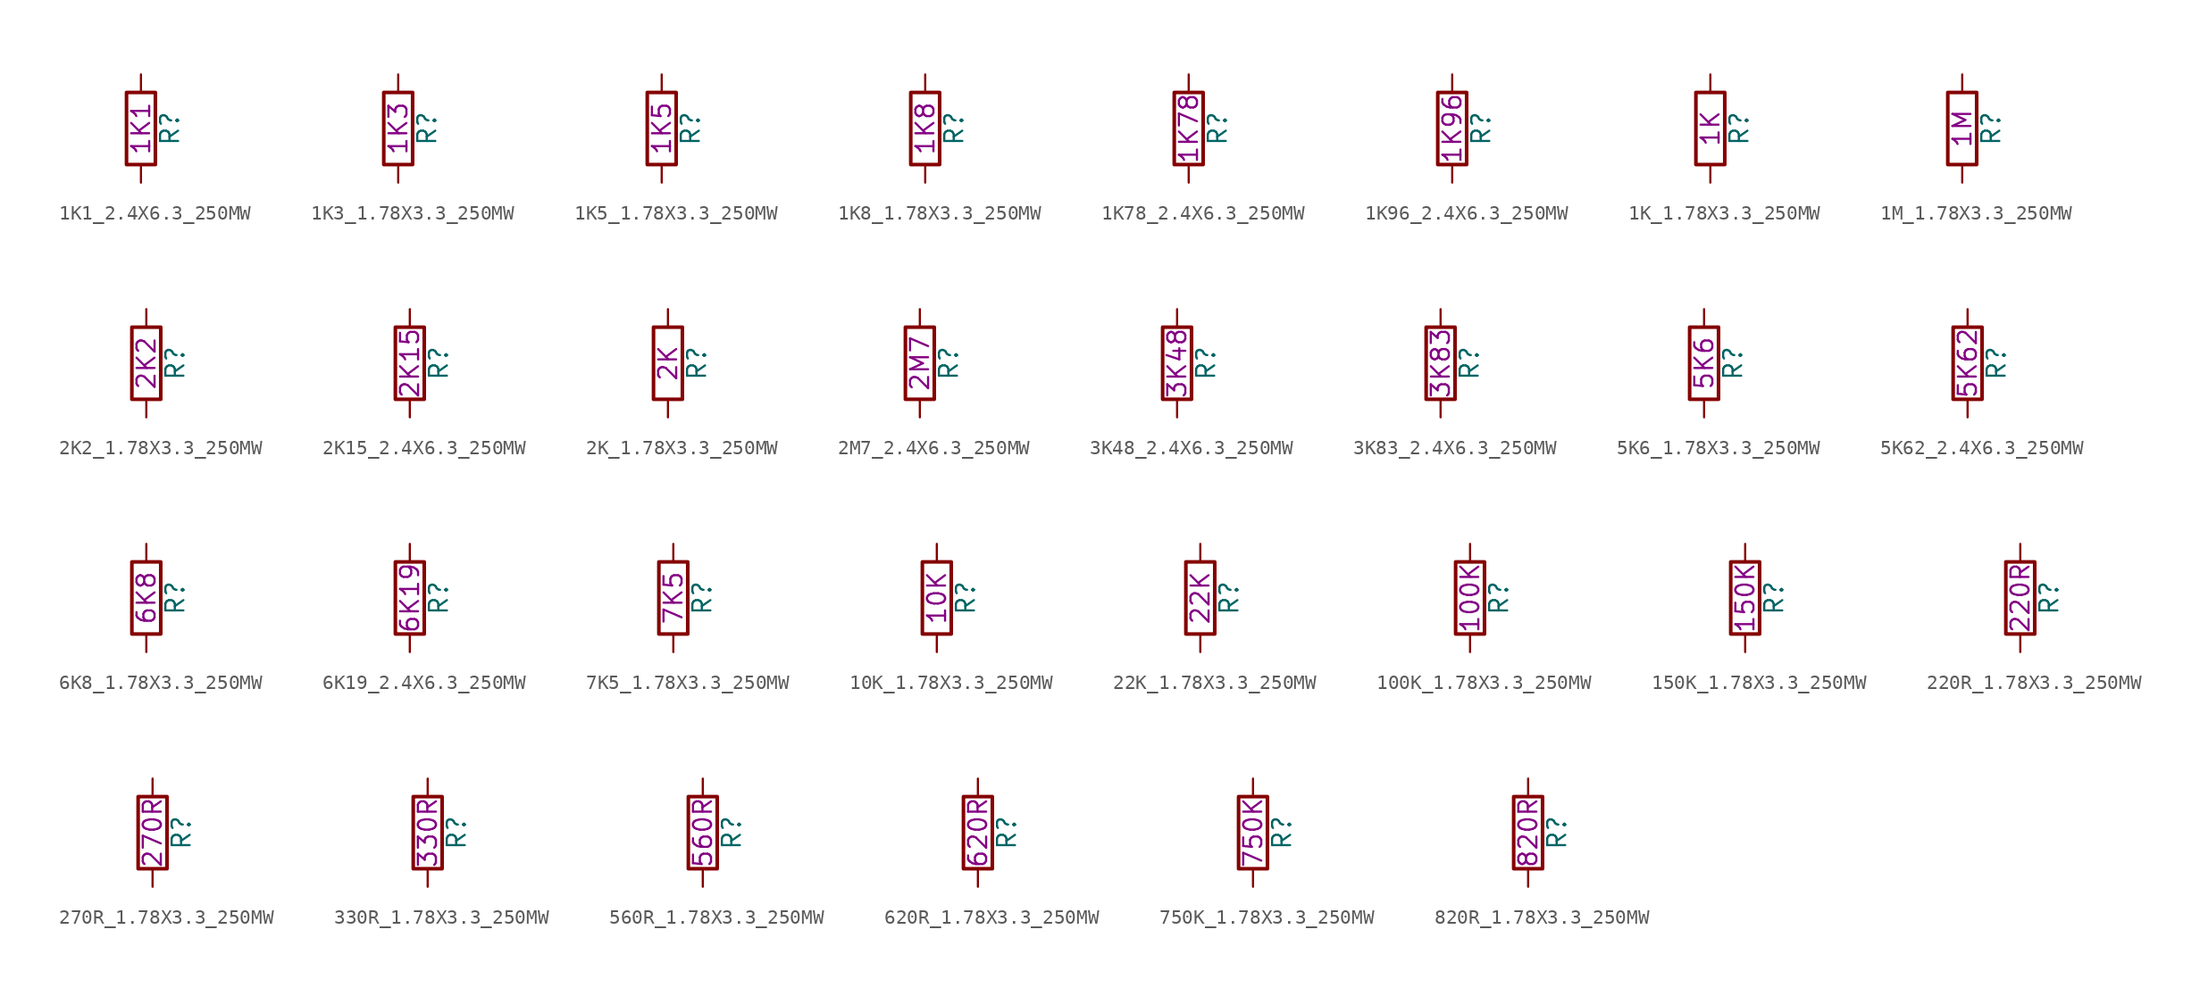
<source format=kicad_sym>
(kicad_symbol_lib
  (version 20211014)
  (generator kicad_symbol_editor)
  (symbol "1K1_2.4X6.3_250MW"
    (pin_numbers hide)
    (pin_names
      (offset 0))
    (property "Reference" "R"
      (at 2.032 0 90)
      (effects (font (size 1.27 1.27))))
    (property "Resistance" "1K1"
      (at 0 0 90)
      (effects (font (size 1.27 1.27))))
    (symbol "1K1_2.4X6.3_250MW_0_1"
      (rectangle (start -1.016 -2.54) (end 1.016 2.54) (stroke (width 0.254) (type default) (color 0 0 0 0)) (fill (type none))))
    (symbol "1K1_2.4X6.3_250MW_1_1"
      (pin passive line (at 0 3.81 270) (length 1.27) (name "~" (effects (font (size 1.27 1.27)))) (number "1" (effects (font (size 1.27 1.27)))))
      (pin passive line (at 0 -3.81 90) (length 1.27) (name "~" (effects (font (size 1.27 1.27)))) (number "2" (effects (font (size 1.27 1.27)))))))
  (symbol "1K3_1.78X3.3_250MW"
    (pin_numbers hide)
    (pin_names
      (offset 0))
    (property "Reference" "R"
      (at 2.032 0 90)
      (effects (font (size 1.27 1.27))))
    (property "Resistance" "1K3"
      (at 0 0 90)
      (effects (font (size 1.27 1.27))))
    (symbol "1K3_1.78X3.3_250MW_0_1"
      (rectangle (start -1.016 -2.54) (end 1.016 2.54) (stroke (width 0.254) (type default) (color 0 0 0 0)) (fill (type none))))
    (symbol "1K3_1.78X3.3_250MW_1_1"
      (pin passive line (at 0 3.81 270) (length 1.27) (name "~" (effects (font (size 1.27 1.27)))) (number "1" (effects (font (size 1.27 1.27)))))
      (pin passive line (at 0 -3.81 90) (length 1.27) (name "~" (effects (font (size 1.27 1.27)))) (number "2" (effects (font (size 1.27 1.27)))))))
  (symbol "1K5_1.78X3.3_250MW"
    (pin_numbers hide)
    (pin_names
      (offset 0))
    (property "Reference" "R"
      (at 2.032 0 90)
      (effects (font (size 1.27 1.27))))
    (property "Resistance" "1K5"
      (at 0 0 90)
      (effects (font (size 1.27 1.27))))
    (symbol "1K5_1.78X3.3_250MW_0_1"
      (rectangle (start -1.016 -2.54) (end 1.016 2.54) (stroke (width 0.254) (type default) (color 0 0 0 0)) (fill (type none))))
    (symbol "1K5_1.78X3.3_250MW_1_1"
      (pin passive line (at 0 3.81 270) (length 1.27) (name "~" (effects (font (size 1.27 1.27)))) (number "1" (effects (font (size 1.27 1.27)))))
      (pin passive line (at 0 -3.81 90) (length 1.27) (name "~" (effects (font (size 1.27 1.27)))) (number "2" (effects (font (size 1.27 1.27)))))))
  (symbol "1K8_1.78X3.3_250MW"
    (pin_numbers hide)
    (pin_names
      (offset 0))
    (property "Reference" "R"
      (at 2.032 0 90)
      (effects (font (size 1.27 1.27))))
    (property "Resistance" "1K8"
      (at 0 0 90)
      (effects (font (size 1.27 1.27))))
    (symbol "1K8_1.78X3.3_250MW_0_1"
      (rectangle (start -1.016 -2.54) (end 1.016 2.54) (stroke (width 0.254) (type default) (color 0 0 0 0)) (fill (type none))))
    (symbol "1K8_1.78X3.3_250MW_1_1"
      (pin passive line (at 0 3.81 270) (length 1.27) (name "~" (effects (font (size 1.27 1.27)))) (number "1" (effects (font (size 1.27 1.27)))))
      (pin passive line (at 0 -3.81 90) (length 1.27) (name "~" (effects (font (size 1.27 1.27)))) (number "2" (effects (font (size 1.27 1.27)))))))
  (symbol "1K78_2.4X6.3_250MW"
    (pin_numbers hide)
    (pin_names
      (offset 0))
    (property "Reference" "R"
      (at 2.032 0 90)
      (effects (font (size 1.27 1.27))))
    (property "Resistance" "1K78"
      (at 0 0 90)
      (effects (font (size 1.27 1.27))))
    (symbol "1K78_2.4X6.3_250MW_0_1"
      (rectangle (start -1.016 -2.54) (end 1.016 2.54) (stroke (width 0.254) (type default) (color 0 0 0 0)) (fill (type none))))
    (symbol "1K78_2.4X6.3_250MW_1_1"
      (pin passive line (at 0 3.81 270) (length 1.27) (name "~" (effects (font (size 1.27 1.27)))) (number "1" (effects (font (size 1.27 1.27)))))
      (pin passive line (at 0 -3.81 90) (length 1.27) (name "~" (effects (font (size 1.27 1.27)))) (number "2" (effects (font (size 1.27 1.27)))))))
  (symbol "1K96_2.4X6.3_250MW"
    (pin_numbers hide)
    (pin_names
      (offset 0))
    (property "Reference" "R"
      (at 2.032 0 90)
      (effects (font (size 1.27 1.27))))
    (property "Resistance" "1K96"
      (at 0 0 90)
      (effects (font (size 1.27 1.27))))
    (symbol "1K96_2.4X6.3_250MW_0_1"
      (rectangle (start -1.016 -2.54) (end 1.016 2.54) (stroke (width 0.254) (type default) (color 0 0 0 0)) (fill (type none))))
    (symbol "1K96_2.4X6.3_250MW_1_1"
      (pin passive line (at 0 3.81 270) (length 1.27) (name "~" (effects (font (size 1.27 1.27)))) (number "1" (effects (font (size 1.27 1.27)))))
      (pin passive line (at 0 -3.81 90) (length 1.27) (name "~" (effects (font (size 1.27 1.27)))) (number "2" (effects (font (size 1.27 1.27)))))))
  (symbol "1K_1.78X3.3_250MW"
    (pin_numbers hide)
    (pin_names
      (offset 0))
    (property "Reference" "R"
      (at 2.032 0 90)
      (effects (font (size 1.27 1.27))))
    (property "Resistance" "1K"
      (at 0 0 90)
      (effects (font (size 1.27 1.27))))
    (symbol "1K_1.78X3.3_250MW_0_1"
      (rectangle (start -1.016 -2.54) (end 1.016 2.54) (stroke (width 0.254) (type default) (color 0 0 0 0)) (fill (type none))))
    (symbol "1K_1.78X3.3_250MW_1_1"
      (pin passive line (at 0 3.81 270) (length 1.27) (name "~" (effects (font (size 1.27 1.27)))) (number "1" (effects (font (size 1.27 1.27)))))
      (pin passive line (at 0 -3.81 90) (length 1.27) (name "~" (effects (font (size 1.27 1.27)))) (number "2" (effects (font (size 1.27 1.27)))))))
  (symbol "1M_1.78X3.3_250MW"
    (pin_numbers hide)
    (pin_names
      (offset 0))
    (property "Reference" "R"
      (at 2.032 0 90)
      (effects (font (size 1.27 1.27))))
    (property "Resistance" "1M"
      (at 0 0 90)
      (effects (font (size 1.27 1.27))))
    (symbol "1M_1.78X3.3_250MW_0_1"
      (rectangle (start -1.016 -2.54) (end 1.016 2.54) (stroke (width 0.254) (type default) (color 0 0 0 0)) (fill (type none))))
    (symbol "1M_1.78X3.3_250MW_1_1"
      (pin passive line (at 0 3.81 270) (length 1.27) (name "~" (effects (font (size 1.27 1.27)))) (number "1" (effects (font (size 1.27 1.27)))))
      (pin passive line (at 0 -3.81 90) (length 1.27) (name "~" (effects (font (size 1.27 1.27)))) (number "2" (effects (font (size 1.27 1.27)))))))
  (symbol "2K2_1.78X3.3_250MW"
    (pin_numbers hide)
    (pin_names
      (offset 0))
    (property "Reference" "R"
      (at 2.032 0 90)
      (effects (font (size 1.27 1.27))))
    (property "Resistance" "2K2"
      (at 0 0 90)
      (effects (font (size 1.27 1.27))))
    (symbol "2K2_1.78X3.3_250MW_0_1"
      (rectangle (start -1.016 -2.54) (end 1.016 2.54) (stroke (width 0.254) (type default) (color 0 0 0 0)) (fill (type none))))
    (symbol "2K2_1.78X3.3_250MW_1_1"
      (pin passive line (at 0 3.81 270) (length 1.27) (name "~" (effects (font (size 1.27 1.27)))) (number "1" (effects (font (size 1.27 1.27)))))
      (pin passive line (at 0 -3.81 90) (length 1.27) (name "~" (effects (font (size 1.27 1.27)))) (number "2" (effects (font (size 1.27 1.27)))))))
  (symbol "2K15_2.4X6.3_250MW"
    (pin_numbers hide)
    (pin_names
      (offset 0))
    (property "Reference" "R"
      (at 2.032 0 90)
      (effects (font (size 1.27 1.27))))
    (property "Resistance" "2K15"
      (at 0 0 90)
      (effects (font (size 1.27 1.27))))
    (symbol "2K15_2.4X6.3_250MW_0_1"
      (rectangle (start -1.016 -2.54) (end 1.016 2.54) (stroke (width 0.254) (type default) (color 0 0 0 0)) (fill (type none))))
    (symbol "2K15_2.4X6.3_250MW_1_1"
      (pin passive line (at 0 3.81 270) (length 1.27) (name "~" (effects (font (size 1.27 1.27)))) (number "1" (effects (font (size 1.27 1.27)))))
      (pin passive line (at 0 -3.81 90) (length 1.27) (name "~" (effects (font (size 1.27 1.27)))) (number "2" (effects (font (size 1.27 1.27)))))))
  (symbol "2K_1.78X3.3_250MW"
    (pin_numbers hide)
    (pin_names
      (offset 0))
    (property "Reference" "R"
      (at 2.032 0 90)
      (effects (font (size 1.27 1.27))))
    (property "Resistance" "2K"
      (at 0 0 90)
      (effects (font (size 1.27 1.27))))
    (symbol "2K_1.78X3.3_250MW_0_1"
      (rectangle (start -1.016 -2.54) (end 1.016 2.54) (stroke (width 0.254) (type default) (color 0 0 0 0)) (fill (type none))))
    (symbol "2K_1.78X3.3_250MW_1_1"
      (pin passive line (at 0 3.81 270) (length 1.27) (name "~" (effects (font (size 1.27 1.27)))) (number "1" (effects (font (size 1.27 1.27)))))
      (pin passive line (at 0 -3.81 90) (length 1.27) (name "~" (effects (font (size 1.27 1.27)))) (number "2" (effects (font (size 1.27 1.27)))))))
  (symbol "2M7_2.4X6.3_250MW"
    (pin_numbers hide)
    (pin_names
      (offset 0))
    (property "Reference" "R"
      (at 2.032 0 90)
      (effects (font (size 1.27 1.27))))
    (property "Resistance" "2M7"
      (at 0 0 90)
      (effects (font (size 1.27 1.27))))
    (symbol "2M7_2.4X6.3_250MW_0_1"
      (rectangle (start -1.016 -2.54) (end 1.016 2.54) (stroke (width 0.254) (type default) (color 0 0 0 0)) (fill (type none))))
    (symbol "2M7_2.4X6.3_250MW_1_1"
      (pin passive line (at 0 3.81 270) (length 1.27) (name "~" (effects (font (size 1.27 1.27)))) (number "1" (effects (font (size 1.27 1.27)))))
      (pin passive line (at 0 -3.81 90) (length 1.27) (name "~" (effects (font (size 1.27 1.27)))) (number "2" (effects (font (size 1.27 1.27)))))))
  (symbol "3K48_2.4X6.3_250MW"
    (pin_numbers hide)
    (pin_names
      (offset 0))
    (property "Reference" "R"
      (at 2.032 0 90)
      (effects (font (size 1.27 1.27))))
    (property "Resistance" "3K48"
      (at 0 0 90)
      (effects (font (size 1.27 1.27))))
    (symbol "3K48_2.4X6.3_250MW_0_1"
      (rectangle (start -1.016 -2.54) (end 1.016 2.54) (stroke (width 0.254) (type default) (color 0 0 0 0)) (fill (type none))))
    (symbol "3K48_2.4X6.3_250MW_1_1"
      (pin passive line (at 0 3.81 270) (length 1.27) (name "~" (effects (font (size 1.27 1.27)))) (number "1" (effects (font (size 1.27 1.27)))))
      (pin passive line (at 0 -3.81 90) (length 1.27) (name "~" (effects (font (size 1.27 1.27)))) (number "2" (effects (font (size 1.27 1.27)))))))
  (symbol "3K83_2.4X6.3_250MW"
    (pin_numbers hide)
    (pin_names
      (offset 0))
    (property "Reference" "R"
      (at 2.032 0 90)
      (effects (font (size 1.27 1.27))))
    (property "Resistance" "3K83"
      (at 0 0 90)
      (effects (font (size 1.27 1.27))))
    (symbol "3K83_2.4X6.3_250MW_0_1"
      (rectangle (start -1.016 -2.54) (end 1.016 2.54) (stroke (width 0.254) (type default) (color 0 0 0 0)) (fill (type none))))
    (symbol "3K83_2.4X6.3_250MW_1_1"
      (pin passive line (at 0 3.81 270) (length 1.27) (name "~" (effects (font (size 1.27 1.27)))) (number "1" (effects (font (size 1.27 1.27)))))
      (pin passive line (at 0 -3.81 90) (length 1.27) (name "~" (effects (font (size 1.27 1.27)))) (number "2" (effects (font (size 1.27 1.27)))))))
  (symbol "5K6_1.78X3.3_250MW"
    (pin_numbers hide)
    (pin_names
      (offset 0))
    (property "Reference" "R"
      (at 2.032 0 90)
      (effects (font (size 1.27 1.27))))
    (property "Resistance" "5K6"
      (at 0 0 90)
      (effects (font (size 1.27 1.27))))
    (symbol "5K6_1.78X3.3_250MW_0_1"
      (rectangle (start -1.016 -2.54) (end 1.016 2.54) (stroke (width 0.254) (type default) (color 0 0 0 0)) (fill (type none))))
    (symbol "5K6_1.78X3.3_250MW_1_1"
      (pin passive line (at 0 3.81 270) (length 1.27) (name "~" (effects (font (size 1.27 1.27)))) (number "1" (effects (font (size 1.27 1.27)))))
      (pin passive line (at 0 -3.81 90) (length 1.27) (name "~" (effects (font (size 1.27 1.27)))) (number "2" (effects (font (size 1.27 1.27)))))))
  (symbol "5K62_2.4X6.3_250MW"
    (pin_numbers hide)
    (pin_names
      (offset 0))
    (property "Reference" "R"
      (at 2.032 0 90)
      (effects (font (size 1.27 1.27))))
    (property "Resistance" "5K62"
      (at 0 0 90)
      (effects (font (size 1.27 1.27))))
    (symbol "5K62_2.4X6.3_250MW_0_1"
      (rectangle (start -1.016 -2.54) (end 1.016 2.54) (stroke (width 0.254) (type default) (color 0 0 0 0)) (fill (type none))))
    (symbol "5K62_2.4X6.3_250MW_1_1"
      (pin passive line (at 0 3.81 270) (length 1.27) (name "~" (effects (font (size 1.27 1.27)))) (number "1" (effects (font (size 1.27 1.27)))))
      (pin passive line (at 0 -3.81 90) (length 1.27) (name "~" (effects (font (size 1.27 1.27)))) (number "2" (effects (font (size 1.27 1.27)))))))
  (symbol "6K8_1.78X3.3_250MW"
    (pin_numbers hide)
    (pin_names
      (offset 0))
    (property "Reference" "R"
      (at 2.032 0 90)
      (effects (font (size 1.27 1.27))))
    (property "Resistance" "6K8"
      (at 0 0 90)
      (effects (font (size 1.27 1.27))))
    (symbol "6K8_1.78X3.3_250MW_0_1"
      (rectangle (start -1.016 -2.54) (end 1.016 2.54) (stroke (width 0.254) (type default) (color 0 0 0 0)) (fill (type none))))
    (symbol "6K8_1.78X3.3_250MW_1_1"
      (pin passive line (at 0 3.81 270) (length 1.27) (name "~" (effects (font (size 1.27 1.27)))) (number "1" (effects (font (size 1.27 1.27)))))
      (pin passive line (at 0 -3.81 90) (length 1.27) (name "~" (effects (font (size 1.27 1.27)))) (number "2" (effects (font (size 1.27 1.27)))))))
  (symbol "6K19_2.4X6.3_250MW"
    (pin_numbers hide)
    (pin_names
      (offset 0))
    (property "Reference" "R"
      (at 2.032 0 90)
      (effects (font (size 1.27 1.27))))
    (property "Resistance" "6K19"
      (at 0 0 90)
      (effects (font (size 1.27 1.27))))
    (symbol "6K19_2.4X6.3_250MW_0_1"
      (rectangle (start -1.016 -2.54) (end 1.016 2.54) (stroke (width 0.254) (type default) (color 0 0 0 0)) (fill (type none))))
    (symbol "6K19_2.4X6.3_250MW_1_1"
      (pin passive line (at 0 3.81 270) (length 1.27) (name "~" (effects (font (size 1.27 1.27)))) (number "1" (effects (font (size 1.27 1.27)))))
      (pin passive line (at 0 -3.81 90) (length 1.27) (name "~" (effects (font (size 1.27 1.27)))) (number "2" (effects (font (size 1.27 1.27)))))))
  (symbol "7K5_1.78X3.3_250MW"
    (pin_numbers hide)
    (pin_names
      (offset 0))
    (property "Reference" "R"
      (at 2.032 0 90)
      (effects (font (size 1.27 1.27))))
    (property "Resistance" "7K5"
      (at 0 0 90)
      (effects (font (size 1.27 1.27))))
    (symbol "7K5_1.78X3.3_250MW_0_1"
      (rectangle (start -1.016 -2.54) (end 1.016 2.54) (stroke (width 0.254) (type default) (color 0 0 0 0)) (fill (type none))))
    (symbol "7K5_1.78X3.3_250MW_1_1"
      (pin passive line (at 0 3.81 270) (length 1.27) (name "~" (effects (font (size 1.27 1.27)))) (number "1" (effects (font (size 1.27 1.27)))))
      (pin passive line (at 0 -3.81 90) (length 1.27) (name "~" (effects (font (size 1.27 1.27)))) (number "2" (effects (font (size 1.27 1.27)))))))
  (symbol "10K_1.78X3.3_250MW"
    (pin_numbers hide)
    (pin_names
      (offset 0))
    (property "Reference" "R"
      (at 2.032 0 90)
      (effects (font (size 1.27 1.27))))
    (property "Resistance" "10K"
      (at 0 0 90)
      (effects (font (size 1.27 1.27))))
    (symbol "10K_1.78X3.3_250MW_0_1"
      (rectangle (start -1.016 -2.54) (end 1.016 2.54) (stroke (width 0.254) (type default) (color 0 0 0 0)) (fill (type none))))
    (symbol "10K_1.78X3.3_250MW_1_1"
      (pin passive line (at 0 3.81 270) (length 1.27) (name "~" (effects (font (size 1.27 1.27)))) (number "1" (effects (font (size 1.27 1.27)))))
      (pin passive line (at 0 -3.81 90) (length 1.27) (name "~" (effects (font (size 1.27 1.27)))) (number "2" (effects (font (size 1.27 1.27)))))))
  (symbol "22K_1.78X3.3_250MW"
    (pin_numbers hide)
    (pin_names
      (offset 0))
    (property "Reference" "R"
      (at 2.032 0 90)
      (effects (font (size 1.27 1.27))))
    (property "Resistance" "22K"
      (at 0 0 90)
      (effects (font (size 1.27 1.27))))
    (symbol "22K_1.78X3.3_250MW_0_1"
      (rectangle (start -1.016 -2.54) (end 1.016 2.54) (stroke (width 0.254) (type default) (color 0 0 0 0)) (fill (type none))))
    (symbol "22K_1.78X3.3_250MW_1_1"
      (pin passive line (at 0 3.81 270) (length 1.27) (name "~" (effects (font (size 1.27 1.27)))) (number "1" (effects (font (size 1.27 1.27)))))
      (pin passive line (at 0 -3.81 90) (length 1.27) (name "~" (effects (font (size 1.27 1.27)))) (number "2" (effects (font (size 1.27 1.27)))))))
  (symbol "100K_1.78X3.3_250MW"
    (pin_numbers hide)
    (pin_names
      (offset 0))
    (property "Reference" "R"
      (at 2.032 0 90)
      (effects (font (size 1.27 1.27))))
    (property "Resistance" "100K"
      (at 0 0 90)
      (effects (font (size 1.27 1.27))))
    (symbol "100K_1.78X3.3_250MW_0_1"
      (rectangle (start -1.016 -2.54) (end 1.016 2.54) (stroke (width 0.254) (type default) (color 0 0 0 0)) (fill (type none))))
    (symbol "100K_1.78X3.3_250MW_1_1"
      (pin passive line (at 0 3.81 270) (length 1.27) (name "~" (effects (font (size 1.27 1.27)))) (number "1" (effects (font (size 1.27 1.27)))))
      (pin passive line (at 0 -3.81 90) (length 1.27) (name "~" (effects (font (size 1.27 1.27)))) (number "2" (effects (font (size 1.27 1.27)))))))
  (symbol "150K_1.78X3.3_250MW"
    (pin_numbers hide)
    (pin_names
      (offset 0))
    (property "Reference" "R"
      (at 2.032 0 90)
      (effects (font (size 1.27 1.27))))
    (property "Resistance" "150K"
      (at 0 0 90)
      (effects (font (size 1.27 1.27))))
    (symbol "150K_1.78X3.3_250MW_0_1"
      (rectangle (start -1.016 -2.54) (end 1.016 2.54) (stroke (width 0.254) (type default) (color 0 0 0 0)) (fill (type none))))
    (symbol "150K_1.78X3.3_250MW_1_1"
      (pin passive line (at 0 3.81 270) (length 1.27) (name "~" (effects (font (size 1.27 1.27)))) (number "1" (effects (font (size 1.27 1.27)))))
      (pin passive line (at 0 -3.81 90) (length 1.27) (name "~" (effects (font (size 1.27 1.27)))) (number "2" (effects (font (size 1.27 1.27)))))))
  (symbol "220R_1.78X3.3_250MW"
    (pin_numbers hide)
    (pin_names
      (offset 0))
    (property "Reference" "R"
      (at 2.032 0 90)
      (effects (font (size 1.27 1.27))))
    (property "Resistance" "220R"
      (at 0 0 90)
      (effects (font (size 1.27 1.27))))
    (symbol "220R_1.78X3.3_250MW_0_1"
      (rectangle (start -1.016 -2.54) (end 1.016 2.54) (stroke (width 0.254) (type default) (color 0 0 0 0)) (fill (type none))))
    (symbol "220R_1.78X3.3_250MW_1_1"
      (pin passive line (at 0 3.81 270) (length 1.27) (name "~" (effects (font (size 1.27 1.27)))) (number "1" (effects (font (size 1.27 1.27)))))
      (pin passive line (at 0 -3.81 90) (length 1.27) (name "~" (effects (font (size 1.27 1.27)))) (number "2" (effects (font (size 1.27 1.27)))))))
  (symbol "270R_1.78X3.3_250MW"
    (pin_numbers hide)
    (pin_names
      (offset 0))
    (property "Reference" "R"
      (at 2.032 0 90)
      (effects (font (size 1.27 1.27))))
    (property "Resistance" "270R"
      (at 0 0 90)
      (effects (font (size 1.27 1.27))))
    (symbol "270R_1.78X3.3_250MW_0_1"
      (rectangle (start -1.016 -2.54) (end 1.016 2.54) (stroke (width 0.254) (type default) (color 0 0 0 0)) (fill (type none))))
    (symbol "270R_1.78X3.3_250MW_1_1"
      (pin passive line (at 0 3.81 270) (length 1.27) (name "~" (effects (font (size 1.27 1.27)))) (number "1" (effects (font (size 1.27 1.27)))))
      (pin passive line (at 0 -3.81 90) (length 1.27) (name "~" (effects (font (size 1.27 1.27)))) (number "2" (effects (font (size 1.27 1.27)))))))
  (symbol "330R_1.78X3.3_250MW"
    (pin_numbers hide)
    (pin_names
      (offset 0))
    (property "Reference" "R"
      (at 2.032 0 90)
      (effects (font (size 1.27 1.27))))
    (property "Resistance" "330R"
      (at 0 0 90)
      (effects (font (size 1.27 1.27))))
    (symbol "330R_1.78X3.3_250MW_0_1"
      (rectangle (start -1.016 -2.54) (end 1.016 2.54) (stroke (width 0.254) (type default) (color 0 0 0 0)) (fill (type none))))
    (symbol "330R_1.78X3.3_250MW_1_1"
      (pin passive line (at 0 3.81 270) (length 1.27) (name "~" (effects (font (size 1.27 1.27)))) (number "1" (effects (font (size 1.27 1.27)))))
      (pin passive line (at 0 -3.81 90) (length 1.27) (name "~" (effects (font (size 1.27 1.27)))) (number "2" (effects (font (size 1.27 1.27)))))))
  (symbol "560R_1.78X3.3_250MW"
    (pin_numbers hide)
    (pin_names
      (offset 0))
    (property "Reference" "R"
      (at 2.032 0 90)
      (effects (font (size 1.27 1.27))))
    (property "Resistance" "560R"
      (at 0 0 90)
      (effects (font (size 1.27 1.27))))
    (symbol "560R_1.78X3.3_250MW_0_1"
      (rectangle (start -1.016 -2.54) (end 1.016 2.54) (stroke (width 0.254) (type default) (color 0 0 0 0)) (fill (type none))))
    (symbol "560R_1.78X3.3_250MW_1_1"
      (pin passive line (at 0 3.81 270) (length 1.27) (name "~" (effects (font (size 1.27 1.27)))) (number "1" (effects (font (size 1.27 1.27)))))
      (pin passive line (at 0 -3.81 90) (length 1.27) (name "~" (effects (font (size 1.27 1.27)))) (number "2" (effects (font (size 1.27 1.27)))))))
  (symbol "620R_1.78X3.3_250MW"
    (pin_numbers hide)
    (pin_names
      (offset 0))
    (property "Reference" "R"
      (at 2.032 0 90)
      (effects (font (size 1.27 1.27))))
    (property "Resistance" "620R"
      (at 0 0 90)
      (effects (font (size 1.27 1.27))))
    (symbol "620R_1.78X3.3_250MW_0_1"
      (rectangle (start -1.016 -2.54) (end 1.016 2.54) (stroke (width 0.254) (type default) (color 0 0 0 0)) (fill (type none))))
    (symbol "620R_1.78X3.3_250MW_1_1"
      (pin passive line (at 0 3.81 270) (length 1.27) (name "~" (effects (font (size 1.27 1.27)))) (number "1" (effects (font (size 1.27 1.27)))))
      (pin passive line (at 0 -3.81 90) (length 1.27) (name "~" (effects (font (size 1.27 1.27)))) (number "2" (effects (font (size 1.27 1.27)))))))
  (symbol "750K_1.78X3.3_250MW"
    (pin_numbers hide)
    (pin_names
      (offset 0))
    (property "Reference" "R"
      (at 2.032 0 90)
      (effects (font (size 1.27 1.27))))
    (property "Resistance" "750K"
      (at 0 0 90)
      (effects (font (size 1.27 1.27))))
    (symbol "750K_1.78X3.3_250MW_0_1"
      (rectangle (start -1.016 -2.54) (end 1.016 2.54) (stroke (width 0.254) (type default) (color 0 0 0 0)) (fill (type none))))
    (symbol "750K_1.78X3.3_250MW_1_1"
      (pin passive line (at 0 3.81 270) (length 1.27) (name "~" (effects (font (size 1.27 1.27)))) (number "1" (effects (font (size 1.27 1.27)))))
      (pin passive line (at 0 -3.81 90) (length 1.27) (name "~" (effects (font (size 1.27 1.27)))) (number "2" (effects (font (size 1.27 1.27)))))))
  (symbol "820R_1.78X3.3_250MW"
    (pin_numbers hide)
    (pin_names
      (offset 0))
    (property "Reference" "R"
      (at 2.032 0 90)
      (effects (font (size 1.27 1.27))))
    (property "Resistance" "820R"
      (at 0 0 90)
      (effects (font (size 1.27 1.27))))
    (symbol "820R_1.78X3.3_250MW_0_1"
      (rectangle (start -1.016 -2.54) (end 1.016 2.54) (stroke (width 0.254) (type default) (color 0 0 0 0)) (fill (type none))))
    (symbol "820R_1.78X3.3_250MW_1_1"
      (pin passive line (at 0 3.81 270) (length 1.27) (name "~" (effects (font (size 1.27 1.27)))) (number "1" (effects (font (size 1.27 1.27)))))
      (pin passive line (at 0 -3.81 90) (length 1.27) (name "~" (effects (font (size 1.27 1.27)))) (number "2" (effects (font (size 1.27 1.27))))))))
</source>
